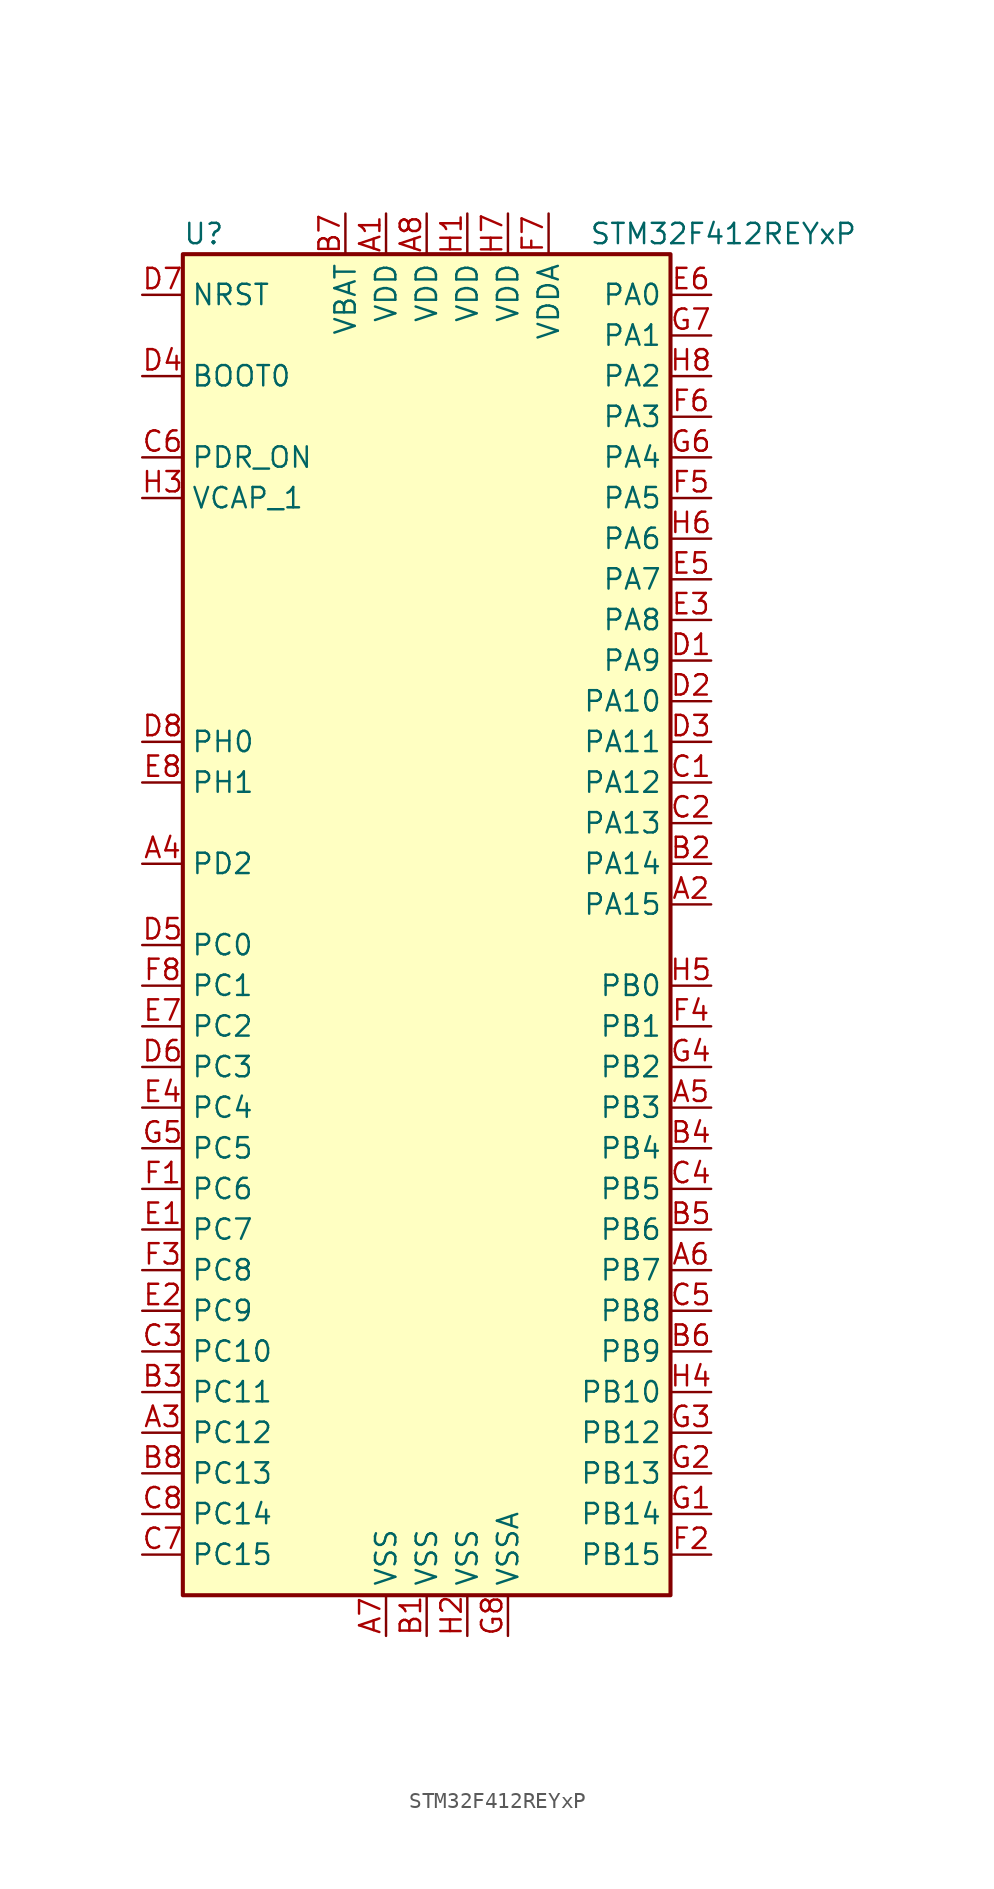
<source format=kicad_sym>
(kicad_symbol_lib
  (version 20201005)
  (generator kicad_symbol_editor)
  (symbol "MCU_ST_STM32F4:STM32F412REYxP"
    (property "Reference" "U"
      (at -15.24 41.91 0)
      (effects (font (size 1.27 1.27)) (justify left)))
    (property "Value" "STM32F412REYxP"
      (at 10.16 41.91 0)
      (effects (font (size 1.27 1.27)) (justify left)))
    (symbol "STM32F412REYxP_0_1"
      (rectangle (start -15.24 -43.18) (end 15.24 40.64) (stroke (width 0.254)) (fill (type background))))
    (symbol "STM32F412REYxP_1_1"
      (pin input line (at -17.78 33.02 0) (length 2.54) (name "BOOT0" (effects (font (size 1.27 1.27)))) (number "D4" (effects (font (size 1.27 1.27)))))
      (pin input line (at -17.78 38.1 0) (length 2.54) (name "NRST" (effects (font (size 1.27 1.27)))) (number "D7" (effects (font (size 1.27 1.27)))))
      (pin bidirectional line (at 17.78 38.1 180) (length 2.54) (name "PA0" (effects (font (size 1.27 1.27)))) (number "E6" (effects (font (size 1.27 1.27)))))
      (pin bidirectional line (at 17.78 35.56 180) (length 2.54) (name "PA1" (effects (font (size 1.27 1.27)))) (number "G7" (effects (font (size 1.27 1.27)))))
      (pin bidirectional line (at 17.78 12.7 180) (length 2.54) (name "PA10" (effects (font (size 1.27 1.27)))) (number "D2" (effects (font (size 1.27 1.27)))))
      (pin bidirectional line (at 17.78 10.16 180) (length 2.54) (name "PA11" (effects (font (size 1.27 1.27)))) (number "D3" (effects (font (size 1.27 1.27)))))
      (pin bidirectional line (at 17.78 7.62 180) (length 2.54) (name "PA12" (effects (font (size 1.27 1.27)))) (number "C1" (effects (font (size 1.27 1.27)))))
      (pin bidirectional line (at 17.78 5.08 180) (length 2.54) (name "PA13" (effects (font (size 1.27 1.27)))) (number "C2" (effects (font (size 1.27 1.27)))))
      (pin bidirectional line (at 17.78 2.54 180) (length 2.54) (name "PA14" (effects (font (size 1.27 1.27)))) (number "B2" (effects (font (size 1.27 1.27)))))
      (pin bidirectional line (at 17.78 0 180) (length 2.54) (name "PA15" (effects (font (size 1.27 1.27)))) (number "A2" (effects (font (size 1.27 1.27)))))
      (pin bidirectional line (at 17.78 33.02 180) (length 2.54) (name "PA2" (effects (font (size 1.27 1.27)))) (number "H8" (effects (font (size 1.27 1.27)))))
      (pin bidirectional line (at 17.78 30.48 180) (length 2.54) (name "PA3" (effects (font (size 1.27 1.27)))) (number "F6" (effects (font (size 1.27 1.27)))))
      (pin bidirectional line (at 17.78 27.94 180) (length 2.54) (name "PA4" (effects (font (size 1.27 1.27)))) (number "G6" (effects (font (size 1.27 1.27)))))
      (pin bidirectional line (at 17.78 25.4 180) (length 2.54) (name "PA5" (effects (font (size 1.27 1.27)))) (number "F5" (effects (font (size 1.27 1.27)))))
      (pin bidirectional line (at 17.78 22.86 180) (length 2.54) (name "PA6" (effects (font (size 1.27 1.27)))) (number "H6" (effects (font (size 1.27 1.27)))))
      (pin bidirectional line (at 17.78 20.32 180) (length 2.54) (name "PA7" (effects (font (size 1.27 1.27)))) (number "E5" (effects (font (size 1.27 1.27)))))
      (pin bidirectional line (at 17.78 17.78 180) (length 2.54) (name "PA8" (effects (font (size 1.27 1.27)))) (number "E3" (effects (font (size 1.27 1.27)))))
      (pin bidirectional line (at 17.78 15.24 180) (length 2.54) (name "PA9" (effects (font (size 1.27 1.27)))) (number "D1" (effects (font (size 1.27 1.27)))))
      (pin bidirectional line (at 17.78 -5.08 180) (length 2.54) (name "PB0" (effects (font (size 1.27 1.27)))) (number "H5" (effects (font (size 1.27 1.27)))))
      (pin bidirectional line (at 17.78 -7.62 180) (length 2.54) (name "PB1" (effects (font (size 1.27 1.27)))) (number "F4" (effects (font (size 1.27 1.27)))))
      (pin bidirectional line (at 17.78 -30.48 180) (length 2.54) (name "PB10" (effects (font (size 1.27 1.27)))) (number "H4" (effects (font (size 1.27 1.27)))))
      (pin bidirectional line (at 17.78 -33.02 180) (length 2.54) (name "PB12" (effects (font (size 1.27 1.27)))) (number "G3" (effects (font (size 1.27 1.27)))))
      (pin bidirectional line (at 17.78 -35.56 180) (length 2.54) (name "PB13" (effects (font (size 1.27 1.27)))) (number "G2" (effects (font (size 1.27 1.27)))))
      (pin bidirectional line (at 17.78 -38.1 180) (length 2.54) (name "PB14" (effects (font (size 1.27 1.27)))) (number "G1" (effects (font (size 1.27 1.27)))))
      (pin bidirectional line (at 17.78 -40.64 180) (length 2.54) (name "PB15" (effects (font (size 1.27 1.27)))) (number "F2" (effects (font (size 1.27 1.27)))))
      (pin bidirectional line (at 17.78 -10.16 180) (length 2.54) (name "PB2" (effects (font (size 1.27 1.27)))) (number "G4" (effects (font (size 1.27 1.27)))))
      (pin bidirectional line (at 17.78 -12.7 180) (length 2.54) (name "PB3" (effects (font (size 1.27 1.27)))) (number "A5" (effects (font (size 1.27 1.27)))))
      (pin bidirectional line (at 17.78 -15.24 180) (length 2.54) (name "PB4" (effects (font (size 1.27 1.27)))) (number "B4" (effects (font (size 1.27 1.27)))))
      (pin bidirectional line (at 17.78 -17.78 180) (length 2.54) (name "PB5" (effects (font (size 1.27 1.27)))) (number "C4" (effects (font (size 1.27 1.27)))))
      (pin bidirectional line (at 17.78 -20.32 180) (length 2.54) (name "PB6" (effects (font (size 1.27 1.27)))) (number "B5" (effects (font (size 1.27 1.27)))))
      (pin bidirectional line (at 17.78 -22.86 180) (length 2.54) (name "PB7" (effects (font (size 1.27 1.27)))) (number "A6" (effects (font (size 1.27 1.27)))))
      (pin bidirectional line (at 17.78 -25.4 180) (length 2.54) (name "PB8" (effects (font (size 1.27 1.27)))) (number "C5" (effects (font (size 1.27 1.27)))))
      (pin bidirectional line (at 17.78 -27.94 180) (length 2.54) (name "PB9" (effects (font (size 1.27 1.27)))) (number "B6" (effects (font (size 1.27 1.27)))))
      (pin bidirectional line (at -17.78 -2.54 0) (length 2.54) (name "PC0" (effects (font (size 1.27 1.27)))) (number "D5" (effects (font (size 1.27 1.27)))))
      (pin bidirectional line (at -17.78 -5.08 0) (length 2.54) (name "PC1" (effects (font (size 1.27 1.27)))) (number "F8" (effects (font (size 1.27 1.27)))))
      (pin bidirectional line (at -17.78 -27.94 0) (length 2.54) (name "PC10" (effects (font (size 1.27 1.27)))) (number "C3" (effects (font (size 1.27 1.27)))))
      (pin bidirectional line (at -17.78 -30.48 0) (length 2.54) (name "PC11" (effects (font (size 1.27 1.27)))) (number "B3" (effects (font (size 1.27 1.27)))))
      (pin bidirectional line (at -17.78 -33.02 0) (length 2.54) (name "PC12" (effects (font (size 1.27 1.27)))) (number "A3" (effects (font (size 1.27 1.27)))))
      (pin bidirectional line (at -17.78 -35.56 0) (length 2.54) (name "PC13" (effects (font (size 1.27 1.27)))) (number "B8" (effects (font (size 1.27 1.27)))))
      (pin bidirectional line (at -17.78 -38.1 0) (length 2.54) (name "PC14" (effects (font (size 1.27 1.27)))) (number "C8" (effects (font (size 1.27 1.27)))))
      (pin bidirectional line (at -17.78 -40.64 0) (length 2.54) (name "PC15" (effects (font (size 1.27 1.27)))) (number "C7" (effects (font (size 1.27 1.27)))))
      (pin bidirectional line (at -17.78 -7.62 0) (length 2.54) (name "PC2" (effects (font (size 1.27 1.27)))) (number "E7" (effects (font (size 1.27 1.27)))))
      (pin bidirectional line (at -17.78 -10.16 0) (length 2.54) (name "PC3" (effects (font (size 1.27 1.27)))) (number "D6" (effects (font (size 1.27 1.27)))))
      (pin bidirectional line (at -17.78 -12.7 0) (length 2.54) (name "PC4" (effects (font (size 1.27 1.27)))) (number "E4" (effects (font (size 1.27 1.27)))))
      (pin bidirectional line (at -17.78 -15.24 0) (length 2.54) (name "PC5" (effects (font (size 1.27 1.27)))) (number "G5" (effects (font (size 1.27 1.27)))))
      (pin bidirectional line (at -17.78 -17.78 0) (length 2.54) (name "PC6" (effects (font (size 1.27 1.27)))) (number "F1" (effects (font (size 1.27 1.27)))))
      (pin bidirectional line (at -17.78 -20.32 0) (length 2.54) (name "PC7" (effects (font (size 1.27 1.27)))) (number "E1" (effects (font (size 1.27 1.27)))))
      (pin bidirectional line (at -17.78 -22.86 0) (length 2.54) (name "PC8" (effects (font (size 1.27 1.27)))) (number "F3" (effects (font (size 1.27 1.27)))))
      (pin bidirectional line (at -17.78 -25.4 0) (length 2.54) (name "PC9" (effects (font (size 1.27 1.27)))) (number "E2" (effects (font (size 1.27 1.27)))))
      (pin bidirectional line (at -17.78 2.54 0) (length 2.54) (name "PD2" (effects (font (size 1.27 1.27)))) (number "A4" (effects (font (size 1.27 1.27)))))
      (pin power_in line (at -17.78 27.94 0) (length 2.54) (name "PDR_ON" (effects (font (size 1.27 1.27)))) (number "C6" (effects (font (size 1.27 1.27)))))
      (pin input line (at -17.78 10.16 0) (length 2.54) (name "PH0" (effects (font (size 1.27 1.27)))) (number "D8" (effects (font (size 1.27 1.27)))))
      (pin input line (at -17.78 7.62 0) (length 2.54) (name "PH1" (effects (font (size 1.27 1.27)))) (number "E8" (effects (font (size 1.27 1.27)))))
      (pin power_in line (at -5.08 43.18 270) (length 2.54) (name "VBAT" (effects (font (size 1.27 1.27)))) (number "B7" (effects (font (size 1.27 1.27)))))
      (pin power_in line (at -17.78 25.4 0) (length 2.54) (name "VCAP_1" (effects (font (size 1.27 1.27)))) (number "H3" (effects (font (size 1.27 1.27)))))
      (pin power_in line (at -2.54 43.18 270) (length 2.54) (name "VDD" (effects (font (size 1.27 1.27)))) (number "A1" (effects (font (size 1.27 1.27)))))
      (pin power_in line (at 0 43.18 270) (length 2.54) (name "VDD" (effects (font (size 1.27 1.27)))) (number "A8" (effects (font (size 1.27 1.27)))))
      (pin power_in line (at 2.54 43.18 270) (length 2.54) (name "VDD" (effects (font (size 1.27 1.27)))) (number "H1" (effects (font (size 1.27 1.27)))))
      (pin power_in line (at 5.08 43.18 270) (length 2.54) (name "VDD" (effects (font (size 1.27 1.27)))) (number "H7" (effects (font (size 1.27 1.27)))))
      (pin power_in line (at 7.62 43.18 270) (length 2.54) (name "VDDA" (effects (font (size 1.27 1.27)))) (number "F7" (effects (font (size 1.27 1.27)))))
      (pin power_in line (at -2.54 -45.72 90) (length 2.54) (name "VSS" (effects (font (size 1.27 1.27)))) (number "A7" (effects (font (size 1.27 1.27)))))
      (pin power_in line (at 0 -45.72 90) (length 2.54) (name "VSS" (effects (font (size 1.27 1.27)))) (number "B1" (effects (font (size 1.27 1.27)))))
      (pin power_in line (at 2.54 -45.72 90) (length 2.54) (name "VSS" (effects (font (size 1.27 1.27)))) (number "H2" (effects (font (size 1.27 1.27)))))
      (pin power_in line (at 5.08 -45.72 90) (length 2.54) (name "VSSA" (effects (font (size 1.27 1.27)))) (number "G8" (effects (font (size 1.27 1.27))))))))
</source>
